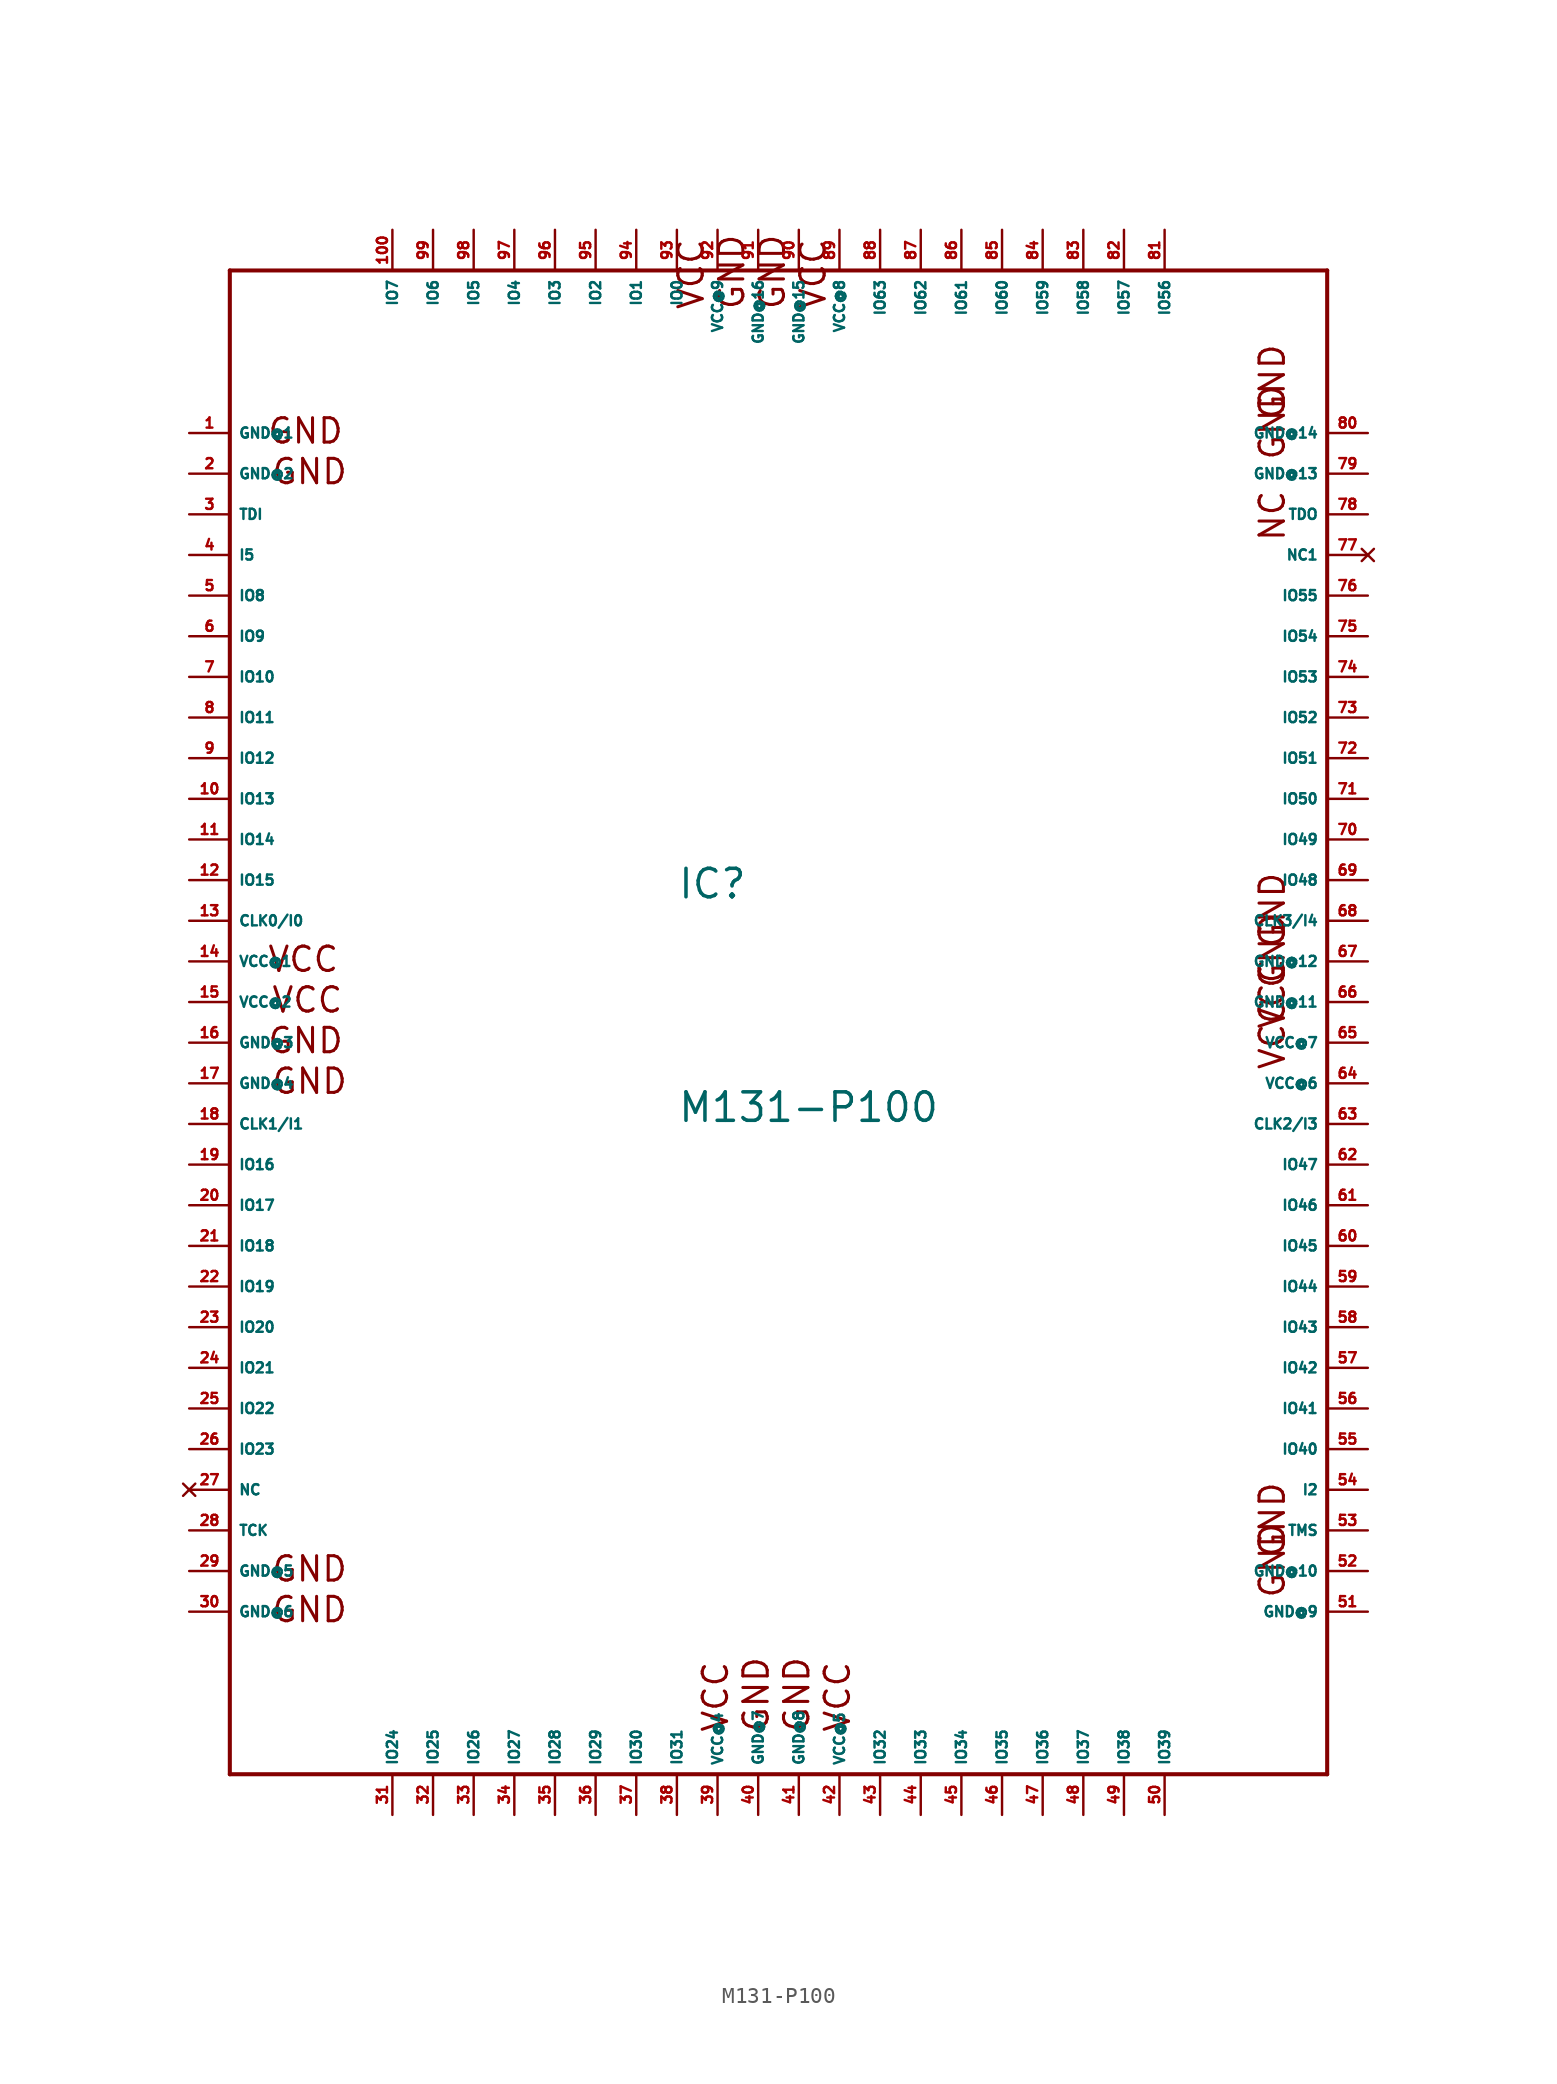
<source format=kicad_sym>
(kicad_symbol_lib
  (version 20220914)
  (generator Eagle2Kicad)
  (symbol "M131-P100"
    (property "Reference" "IC"
      (at -5.08 6.35 0)
      (effects (font (size 1.778 1.778) (thickness 0.22)) (justify left bottom)))
    (property "Value" "M131-P100"
      (at -5.08 -7.62 0)
      (effects (font (size 1.778 1.778) (thickness 0.22)) (justify left bottom)))
    (polyline
      (pts (xy -33.02 45.72) (xy -33.02 -48.26))
      (stroke (width 0.254) (type default))
      (fill (type none)))
    (polyline
      (pts (xy -33.02 -48.26) (xy 35.56 -48.26))
      (stroke (width 0.254) (type default))
      (fill (type none)))
    (polyline
      (pts (xy 35.56 -48.26) (xy 35.56 45.72))
      (stroke (width 0.254) (type default))
      (fill (type none)))
    (polyline
      (pts (xy 35.56 45.72) (xy -33.02 45.72))
      (stroke (width 0.254) (type default))
      (fill (type none)))
    (text "GND"
      (at -30.734 34.798 0)
      (effects (font (size 1.524 1.524) (thickness 0.19)) (justify left bottom)))
    (text "GND"
      (at -30.734 -3.302 0)
      (effects (font (size 1.524 1.524) (thickness 0.19)) (justify left bottom)))
    (text "GND"
      (at -30.48 32.258 0)
      (effects (font (size 1.524 1.524) (thickness 0.19)) (justify left bottom)))
    (text "GND"
      (at -30.48 -5.842 0)
      (effects (font (size 1.524 1.524) (thickness 0.19)) (justify left bottom)))
    (text "VCC"
      (at -30.48 -0.762 0)
      (effects (font (size 1.524 1.524) (thickness 0.19)) (justify left bottom)))
    (text "VCC"
      (at -30.734 1.778 0)
      (effects (font (size 1.524 1.524) (thickness 0.19)) (justify left bottom)))
    (text "GND"
      (at -30.48 -36.322 0)
      (effects (font (size 1.524 1.524) (thickness 0.19)) (justify left bottom)))
    (text "GND"
      (at -30.48 -38.862 0)
      (effects (font (size 1.524 1.524) (thickness 0.19)) (justify left bottom)))
    (text "GND"
      (at 0.762 -45.72 900)
      (effects (font (size 1.524 1.524) (thickness 0.19)) (justify left bottom)))
    (text "VCC"
      (at -1.778 -45.72 900)
      (effects (font (size 1.524 1.524) (thickness 0.19)) (justify left bottom)))
    (text "GND"
      (at 33.02 -37.338 1800)
      (effects (font (size 1.524 1.524) (thickness 0.19)) (justify left bottom)))
    (text "GND"
      (at 3.302 -45.72 900)
      (effects (font (size 1.524 1.524) (thickness 0.19)) (justify left bottom)))
    (text "VCC"
      (at 5.842 -45.72 900)
      (effects (font (size 1.524 1.524) (thickness 0.19)) (justify left bottom)))
    (text "GND"
      (at 33.02 -34.798 1800)
      (effects (font (size 1.524 1.524) (thickness 0.19)) (justify left bottom)))
    (text "VCC"
      (at 33.02 -4.318 1800)
      (effects (font (size 1.524 1.524) (thickness 0.19)) (justify left bottom)))
    (text "VCC"
      (at 33.02 -1.778 1800)
      (effects (font (size 1.524 1.524) (thickness 0.19)) (justify left bottom)))
    (text "GND"
      (at 33.02 0.762 1800)
      (effects (font (size 1.524 1.524) (thickness 0.19)) (justify left bottom)))
    (text "GND"
      (at 33.02 3.302 1800)
      (effects (font (size 1.524 1.524) (thickness 0.19)) (justify left bottom)))
    (text "GND"
      (at 33.02 33.782 1800)
      (effects (font (size 1.524 1.524) (thickness 0.19)) (justify left bottom)))
    (text "GND"
      (at 33.02 36.322 1800)
      (effects (font (size 1.524 1.524) (thickness 0.19)) (justify left bottom)))
    (text "GND"
      (at 1.778 43.18 2700)
      (effects (font (size 1.524 1.524) (thickness 0.19)) (justify left bottom)))
    (text "VCC"
      (at 4.318 43.18 2700)
      (effects (font (size 1.524 1.524) (thickness 0.19)) (justify left bottom)))
    (text "GND"
      (at -0.762 43.18 2700)
      (effects (font (size 1.524 1.524) (thickness 0.19)) (justify left bottom)))
    (text "VCC"
      (at -3.302 43.18 2700)
      (effects (font (size 1.524 1.524) (thickness 0.19)) (justify left bottom)))
    (text "NC"
      (at 33.02 28.702 1800)
      (effects (font (size 1.524 1.524) (thickness 0.19)) (justify left bottom)))
    (pin input line
      (at -35.56 5.08 0)
      (length 2.54)
      (name "CLK0/I0" (effects (font (size 0.635 0.635) (thickness 0.08)) (justify left bottom)))
      (number "13" (effects (font (size 0.635 0.635) (thickness 0.08)) (justify left bottom))))
    (pin input line
      (at -35.56 -7.62 0)
      (length 2.54)
      (name "CLK1/I1" (effects (font (size 0.635 0.635) (thickness 0.08)) (justify left bottom)))
      (number "18" (effects (font (size 0.635 0.635) (thickness 0.08)) (justify left bottom))))
    (pin input line
      (at -35.56 30.48 0)
      (length 2.54)
      (name "TDI" (effects (font (size 0.635 0.635) (thickness 0.08)) (justify left bottom)))
      (number "3" (effects (font (size 0.635 0.635) (thickness 0.08)) (justify left bottom))))
    (pin input line
      (at -35.56 -33.02 0)
      (length 2.54)
      (name "TCK" (effects (font (size 0.635 0.635) (thickness 0.08)) (justify left bottom)))
      (number "28" (effects (font (size 0.635 0.635) (thickness 0.08)) (justify left bottom))))
    (pin no_connect line
      (at -35.56 -30.48 0)
      (length 2.54)
      (name "NC" (effects (font (size 0.635 0.635) (thickness 0.08)) (justify left bottom) hide))
      (number "27" (effects (font (size 0.635 0.635) (thickness 0.08)) (justify left bottom) hide)))
    (pin output line
      (at 38.1 30.48 180)
      (length 2.54)
      (name "TDO" (effects (font (size 0.635 0.635) (thickness 0.08)) (justify left bottom)))
      (number "78" (effects (font (size 0.635 0.635) (thickness 0.08)) (justify left bottom))))
    (pin bidirectional line
      (at -5.08 48.26 270)
      (length 2.54)
      (name "IO0" (effects (font (size 0.635 0.635) (thickness 0.08)) (justify left bottom)))
      (number "93" (effects (font (size 0.635 0.635) (thickness 0.08)) (justify left bottom))))
    (pin bidirectional line
      (at -7.62 48.26 270)
      (length 2.54)
      (name "IO1" (effects (font (size 0.635 0.635) (thickness 0.08)) (justify left bottom)))
      (number "94" (effects (font (size 0.635 0.635) (thickness 0.08)) (justify left bottom))))
    (pin bidirectional line
      (at -10.16 48.26 270)
      (length 2.54)
      (name "IO2" (effects (font (size 0.635 0.635) (thickness 0.08)) (justify left bottom)))
      (number "95" (effects (font (size 0.635 0.635) (thickness 0.08)) (justify left bottom))))
    (pin bidirectional line
      (at -12.7 48.26 270)
      (length 2.54)
      (name "IO3" (effects (font (size 0.635 0.635) (thickness 0.08)) (justify left bottom)))
      (number "96" (effects (font (size 0.635 0.635) (thickness 0.08)) (justify left bottom))))
    (pin bidirectional line
      (at -15.24 48.26 270)
      (length 2.54)
      (name "IO4" (effects (font (size 0.635 0.635) (thickness 0.08)) (justify left bottom)))
      (number "97" (effects (font (size 0.635 0.635) (thickness 0.08)) (justify left bottom))))
    (pin bidirectional line
      (at -17.78 48.26 270)
      (length 2.54)
      (name "IO5" (effects (font (size 0.635 0.635) (thickness 0.08)) (justify left bottom)))
      (number "98" (effects (font (size 0.635 0.635) (thickness 0.08)) (justify left bottom))))
    (pin bidirectional line
      (at -20.32 48.26 270)
      (length 2.54)
      (name "IO6" (effects (font (size 0.635 0.635) (thickness 0.08)) (justify left bottom)))
      (number "99" (effects (font (size 0.635 0.635) (thickness 0.08)) (justify left bottom))))
    (pin bidirectional line
      (at -22.86 48.26 270)
      (length 2.54)
      (name "IO7" (effects (font (size 0.635 0.635) (thickness 0.08)) (justify left bottom)))
      (number "100" (effects (font (size 0.635 0.635) (thickness 0.08)) (justify left bottom))))
    (pin bidirectional line
      (at -35.56 25.4 0)
      (length 2.54)
      (name "IO8" (effects (font (size 0.635 0.635) (thickness 0.08)) (justify left bottom)))
      (number "5" (effects (font (size 0.635 0.635) (thickness 0.08)) (justify left bottom))))
    (pin bidirectional line
      (at -35.56 22.86 0)
      (length 2.54)
      (name "IO9" (effects (font (size 0.635 0.635) (thickness 0.08)) (justify left bottom)))
      (number "6" (effects (font (size 0.635 0.635) (thickness 0.08)) (justify left bottom))))
    (pin bidirectional line
      (at -35.56 20.32 0)
      (length 2.54)
      (name "IO10" (effects (font (size 0.635 0.635) (thickness 0.08)) (justify left bottom)))
      (number "7" (effects (font (size 0.635 0.635) (thickness 0.08)) (justify left bottom))))
    (pin bidirectional line
      (at -35.56 17.78 0)
      (length 2.54)
      (name "IO11" (effects (font (size 0.635 0.635) (thickness 0.08)) (justify left bottom)))
      (number "8" (effects (font (size 0.635 0.635) (thickness 0.08)) (justify left bottom))))
    (pin bidirectional line
      (at -35.56 15.24 0)
      (length 2.54)
      (name "IO12" (effects (font (size 0.635 0.635) (thickness 0.08)) (justify left bottom)))
      (number "9" (effects (font (size 0.635 0.635) (thickness 0.08)) (justify left bottom))))
    (pin bidirectional line
      (at -35.56 12.7 0)
      (length 2.54)
      (name "IO13" (effects (font (size 0.635 0.635) (thickness 0.08)) (justify left bottom)))
      (number "10" (effects (font (size 0.635 0.635) (thickness 0.08)) (justify left bottom))))
    (pin bidirectional line
      (at -35.56 10.16 0)
      (length 2.54)
      (name "IO14" (effects (font (size 0.635 0.635) (thickness 0.08)) (justify left bottom)))
      (number "11" (effects (font (size 0.635 0.635) (thickness 0.08)) (justify left bottom))))
    (pin bidirectional line
      (at -35.56 7.62 0)
      (length 2.54)
      (name "IO15" (effects (font (size 0.635 0.635) (thickness 0.08)) (justify left bottom)))
      (number "12" (effects (font (size 0.635 0.635) (thickness 0.08)) (justify left bottom))))
    (pin bidirectional line
      (at -35.56 -10.16 0)
      (length 2.54)
      (name "IO16" (effects (font (size 0.635 0.635) (thickness 0.08)) (justify left bottom)))
      (number "19" (effects (font (size 0.635 0.635) (thickness 0.08)) (justify left bottom))))
    (pin bidirectional line
      (at -35.56 -12.7 0)
      (length 2.54)
      (name "IO17" (effects (font (size 0.635 0.635) (thickness 0.08)) (justify left bottom)))
      (number "20" (effects (font (size 0.635 0.635) (thickness 0.08)) (justify left bottom))))
    (pin bidirectional line
      (at -35.56 -15.24 0)
      (length 2.54)
      (name "IO18" (effects (font (size 0.635 0.635) (thickness 0.08)) (justify left bottom)))
      (number "21" (effects (font (size 0.635 0.635) (thickness 0.08)) (justify left bottom))))
    (pin bidirectional line
      (at -35.56 -17.78 0)
      (length 2.54)
      (name "IO19" (effects (font (size 0.635 0.635) (thickness 0.08)) (justify left bottom)))
      (number "22" (effects (font (size 0.635 0.635) (thickness 0.08)) (justify left bottom))))
    (pin bidirectional line
      (at -35.56 -20.32 0)
      (length 2.54)
      (name "IO20" (effects (font (size 0.635 0.635) (thickness 0.08)) (justify left bottom)))
      (number "23" (effects (font (size 0.635 0.635) (thickness 0.08)) (justify left bottom))))
    (pin bidirectional line
      (at -35.56 -22.86 0)
      (length 2.54)
      (name "IO21" (effects (font (size 0.635 0.635) (thickness 0.08)) (justify left bottom)))
      (number "24" (effects (font (size 0.635 0.635) (thickness 0.08)) (justify left bottom))))
    (pin bidirectional line
      (at -35.56 -25.4 0)
      (length 2.54)
      (name "IO22" (effects (font (size 0.635 0.635) (thickness 0.08)) (justify left bottom)))
      (number "25" (effects (font (size 0.635 0.635) (thickness 0.08)) (justify left bottom))))
    (pin bidirectional line
      (at -35.56 -27.94 0)
      (length 2.54)
      (name "IO23" (effects (font (size 0.635 0.635) (thickness 0.08)) (justify left bottom)))
      (number "26" (effects (font (size 0.635 0.635) (thickness 0.08)) (justify left bottom))))
    (pin bidirectional line
      (at -22.86 -50.8 90)
      (length 2.54)
      (name "IO24" (effects (font (size 0.635 0.635) (thickness 0.08)) (justify left bottom)))
      (number "31" (effects (font (size 0.635 0.635) (thickness 0.08)) (justify left bottom))))
    (pin bidirectional line
      (at -20.32 -50.8 90)
      (length 2.54)
      (name "IO25" (effects (font (size 0.635 0.635) (thickness 0.08)) (justify left bottom)))
      (number "32" (effects (font (size 0.635 0.635) (thickness 0.08)) (justify left bottom))))
    (pin bidirectional line
      (at -17.78 -50.8 90)
      (length 2.54)
      (name "IO26" (effects (font (size 0.635 0.635) (thickness 0.08)) (justify left bottom)))
      (number "33" (effects (font (size 0.635 0.635) (thickness 0.08)) (justify left bottom))))
    (pin bidirectional line
      (at -15.24 -50.8 90)
      (length 2.54)
      (name "IO27" (effects (font (size 0.635 0.635) (thickness 0.08)) (justify left bottom)))
      (number "34" (effects (font (size 0.635 0.635) (thickness 0.08)) (justify left bottom))))
    (pin bidirectional line
      (at -12.7 -50.8 90)
      (length 2.54)
      (name "IO28" (effects (font (size 0.635 0.635) (thickness 0.08)) (justify left bottom)))
      (number "35" (effects (font (size 0.635 0.635) (thickness 0.08)) (justify left bottom))))
    (pin bidirectional line
      (at -10.16 -50.8 90)
      (length 2.54)
      (name "IO29" (effects (font (size 0.635 0.635) (thickness 0.08)) (justify left bottom)))
      (number "36" (effects (font (size 0.635 0.635) (thickness 0.08)) (justify left bottom))))
    (pin bidirectional line
      (at -7.62 -50.8 90)
      (length 2.54)
      (name "IO30" (effects (font (size 0.635 0.635) (thickness 0.08)) (justify left bottom)))
      (number "37" (effects (font (size 0.635 0.635) (thickness 0.08)) (justify left bottom))))
    (pin bidirectional line
      (at -5.08 -50.8 90)
      (length 2.54)
      (name "IO31" (effects (font (size 0.635 0.635) (thickness 0.08)) (justify left bottom)))
      (number "38" (effects (font (size 0.635 0.635) (thickness 0.08)) (justify left bottom))))
    (pin unspecified line
      (at -35.56 35.56 0)
      (length 2.54)
      (name "GND@1" (effects (font (size 0.635 0.635) (thickness 0.08)) (justify left bottom)))
      (number "1" (effects (font (size 0.635 0.635) (thickness 0.08)) (justify left bottom))))
    (pin unspecified line
      (at -35.56 33.02 0)
      (length 2.54)
      (name "GND@2" (effects (font (size 0.635 0.635) (thickness 0.08)) (justify left bottom)))
      (number "2" (effects (font (size 0.635 0.635) (thickness 0.08)) (justify left bottom))))
    (pin unspecified line
      (at -35.56 -2.54 0)
      (length 2.54)
      (name "GND@3" (effects (font (size 0.635 0.635) (thickness 0.08)) (justify left bottom)))
      (number "16" (effects (font (size 0.635 0.635) (thickness 0.08)) (justify left bottom))))
    (pin unspecified line
      (at -35.56 -5.08 0)
      (length 2.54)
      (name "GND@4" (effects (font (size 0.635 0.635) (thickness 0.08)) (justify left bottom)))
      (number "17" (effects (font (size 0.635 0.635) (thickness 0.08)) (justify left bottom))))
    (pin unspecified line
      (at -35.56 2.54 0)
      (length 2.54)
      (name "VCC@1" (effects (font (size 0.635 0.635) (thickness 0.08)) (justify left bottom)))
      (number "14" (effects (font (size 0.635 0.635) (thickness 0.08)) (justify left bottom))))
    (pin unspecified line
      (at -35.56 0 0)
      (length 2.54)
      (name "VCC@2" (effects (font (size 0.635 0.635) (thickness 0.08)) (justify left bottom)))
      (number "15" (effects (font (size 0.635 0.635) (thickness 0.08)) (justify left bottom))))
    (pin input line
      (at -35.56 27.94 0)
      (length 2.54)
      (name "I5" (effects (font (size 0.635 0.635) (thickness 0.08)) (justify left bottom)))
      (number "4" (effects (font (size 0.635 0.635) (thickness 0.08)) (justify left bottom))))
    (pin bidirectional line
      (at 7.62 -50.8 90)
      (length 2.54)
      (name "IO32" (effects (font (size 0.635 0.635) (thickness 0.08)) (justify left bottom)))
      (number "43" (effects (font (size 0.635 0.635) (thickness 0.08)) (justify left bottom))))
    (pin bidirectional line
      (at 10.16 -50.8 90)
      (length 2.54)
      (name "IO33" (effects (font (size 0.635 0.635) (thickness 0.08)) (justify left bottom)))
      (number "44" (effects (font (size 0.635 0.635) (thickness 0.08)) (justify left bottom))))
    (pin bidirectional line
      (at 12.7 -50.8 90)
      (length 2.54)
      (name "IO34" (effects (font (size 0.635 0.635) (thickness 0.08)) (justify left bottom)))
      (number "45" (effects (font (size 0.635 0.635) (thickness 0.08)) (justify left bottom))))
    (pin bidirectional line
      (at 15.24 -50.8 90)
      (length 2.54)
      (name "IO35" (effects (font (size 0.635 0.635) (thickness 0.08)) (justify left bottom)))
      (number "46" (effects (font (size 0.635 0.635) (thickness 0.08)) (justify left bottom))))
    (pin input line
      (at 38.1 5.08 180)
      (length 2.54)
      (name "CLK3/I4" (effects (font (size 0.635 0.635) (thickness 0.08)) (justify left bottom)))
      (number "68" (effects (font (size 0.635 0.635) (thickness 0.08)) (justify left bottom))))
    (pin unspecified line
      (at -35.56 -35.56 0)
      (length 2.54)
      (name "GND@5" (effects (font (size 0.635 0.635) (thickness 0.08)) (justify left bottom)))
      (number "29" (effects (font (size 0.635 0.635) (thickness 0.08)) (justify left bottom))))
    (pin input line
      (at 38.1 -7.62 180)
      (length 2.54)
      (name "CLK2/I3" (effects (font (size 0.635 0.635) (thickness 0.08)) (justify left bottom)))
      (number "63" (effects (font (size 0.635 0.635) (thickness 0.08)) (justify left bottom))))
    (pin bidirectional line
      (at 17.78 -50.8 90)
      (length 2.54)
      (name "IO36" (effects (font (size 0.635 0.635) (thickness 0.08)) (justify left bottom)))
      (number "47" (effects (font (size 0.635 0.635) (thickness 0.08)) (justify left bottom))))
    (pin bidirectional line
      (at 20.32 -50.8 90)
      (length 2.54)
      (name "IO37" (effects (font (size 0.635 0.635) (thickness 0.08)) (justify left bottom)))
      (number "48" (effects (font (size 0.635 0.635) (thickness 0.08)) (justify left bottom))))
    (pin bidirectional line
      (at 22.86 -50.8 90)
      (length 2.54)
      (name "IO38" (effects (font (size 0.635 0.635) (thickness 0.08)) (justify left bottom)))
      (number "49" (effects (font (size 0.635 0.635) (thickness 0.08)) (justify left bottom))))
    (pin bidirectional line
      (at 25.4 -50.8 90)
      (length 2.54)
      (name "IO39" (effects (font (size 0.635 0.635) (thickness 0.08)) (justify left bottom)))
      (number "50" (effects (font (size 0.635 0.635) (thickness 0.08)) (justify left bottom))))
    (pin bidirectional line
      (at 38.1 -27.94 180)
      (length 2.54)
      (name "IO40" (effects (font (size 0.635 0.635) (thickness 0.08)) (justify left bottom)))
      (number "55" (effects (font (size 0.635 0.635) (thickness 0.08)) (justify left bottom))))
    (pin bidirectional line
      (at 38.1 -25.4 180)
      (length 2.54)
      (name "IO41" (effects (font (size 0.635 0.635) (thickness 0.08)) (justify left bottom)))
      (number "56" (effects (font (size 0.635 0.635) (thickness 0.08)) (justify left bottom))))
    (pin unspecified line
      (at -35.56 -38.1 0)
      (length 2.54)
      (name "GND@6" (effects (font (size 0.635 0.635) (thickness 0.08)) (justify left bottom)))
      (number "30" (effects (font (size 0.635 0.635) (thickness 0.08)) (justify left bottom))))
    (pin bidirectional line
      (at 38.1 -22.86 180)
      (length 2.54)
      (name "IO42" (effects (font (size 0.635 0.635) (thickness 0.08)) (justify left bottom)))
      (number "57" (effects (font (size 0.635 0.635) (thickness 0.08)) (justify left bottom))))
    (pin bidirectional line
      (at 38.1 -20.32 180)
      (length 2.54)
      (name "IO43" (effects (font (size 0.635 0.635) (thickness 0.08)) (justify left bottom)))
      (number "58" (effects (font (size 0.635 0.635) (thickness 0.08)) (justify left bottom))))
    (pin bidirectional line
      (at 38.1 -17.78 180)
      (length 2.54)
      (name "IO44" (effects (font (size 0.635 0.635) (thickness 0.08)) (justify left bottom)))
      (number "59" (effects (font (size 0.635 0.635) (thickness 0.08)) (justify left bottom))))
    (pin bidirectional line
      (at 38.1 -15.24 180)
      (length 2.54)
      (name "IO45" (effects (font (size 0.635 0.635) (thickness 0.08)) (justify left bottom)))
      (number "60" (effects (font (size 0.635 0.635) (thickness 0.08)) (justify left bottom))))
    (pin bidirectional line
      (at 38.1 -12.7 180)
      (length 2.54)
      (name "IO46" (effects (font (size 0.635 0.635) (thickness 0.08)) (justify left bottom)))
      (number "61" (effects (font (size 0.635 0.635) (thickness 0.08)) (justify left bottom))))
    (pin bidirectional line
      (at 38.1 -10.16 180)
      (length 2.54)
      (name "IO47" (effects (font (size 0.635 0.635) (thickness 0.08)) (justify left bottom)))
      (number "62" (effects (font (size 0.635 0.635) (thickness 0.08)) (justify left bottom))))
    (pin input line
      (at 38.1 -30.48 180)
      (length 2.54)
      (name "I2" (effects (font (size 0.635 0.635) (thickness 0.08)) (justify left bottom)))
      (number "54" (effects (font (size 0.635 0.635) (thickness 0.08)) (justify left bottom))))
    (pin unspecified line
      (at 0 -50.8 90)
      (length 2.54)
      (name "GND@7" (effects (font (size 0.635 0.635) (thickness 0.08)) (justify left bottom)))
      (number "40" (effects (font (size 0.635 0.635) (thickness 0.08)) (justify left bottom))))
    (pin unspecified line
      (at -2.54 -50.8 90)
      (length 2.54)
      (name "VCC@4" (effects (font (size 0.635 0.635) (thickness 0.08)) (justify left bottom)))
      (number "39" (effects (font (size 0.635 0.635) (thickness 0.08)) (justify left bottom))))
    (pin unspecified line
      (at 2.54 -50.8 90)
      (length 2.54)
      (name "GND@8" (effects (font (size 0.635 0.635) (thickness 0.08)) (justify left bottom)))
      (number "41" (effects (font (size 0.635 0.635) (thickness 0.08)) (justify left bottom))))
    (pin unspecified line
      (at 38.1 -38.1 180)
      (length 2.54)
      (name "GND@9" (effects (font (size 0.635 0.635) (thickness 0.08)) (justify left bottom)))
      (number "51" (effects (font (size 0.635 0.635) (thickness 0.08)) (justify left bottom))))
    (pin unspecified line
      (at 5.08 -50.8 90)
      (length 2.54)
      (name "VCC@5" (effects (font (size 0.635 0.635) (thickness 0.08)) (justify left bottom)))
      (number "42" (effects (font (size 0.635 0.635) (thickness 0.08)) (justify left bottom))))
    (pin unspecified line
      (at 38.1 -35.56 180)
      (length 2.54)
      (name "GND@10" (effects (font (size 0.635 0.635) (thickness 0.08)) (justify left bottom)))
      (number "52" (effects (font (size 0.635 0.635) (thickness 0.08)) (justify left bottom))))
    (pin input line
      (at 38.1 -33.02 180)
      (length 2.54)
      (name "TMS" (effects (font (size 0.635 0.635) (thickness 0.08)) (justify left bottom)))
      (number "53" (effects (font (size 0.635 0.635) (thickness 0.08)) (justify left bottom))))
    (pin unspecified line
      (at 38.1 -5.08 180)
      (length 2.54)
      (name "VCC@6" (effects (font (size 0.635 0.635) (thickness 0.08)) (justify left bottom)))
      (number "64" (effects (font (size 0.635 0.635) (thickness 0.08)) (justify left bottom))))
    (pin unspecified line
      (at 38.1 -2.54 180)
      (length 2.54)
      (name "VCC@7" (effects (font (size 0.635 0.635) (thickness 0.08)) (justify left bottom)))
      (number "65" (effects (font (size 0.635 0.635) (thickness 0.08)) (justify left bottom))))
    (pin unspecified line
      (at 38.1 0 180)
      (length 2.54)
      (name "GND@11" (effects (font (size 0.635 0.635) (thickness 0.08)) (justify left bottom)))
      (number "66" (effects (font (size 0.635 0.635) (thickness 0.08)) (justify left bottom))))
    (pin unspecified line
      (at 38.1 2.54 180)
      (length 2.54)
      (name "GND@12" (effects (font (size 0.635 0.635) (thickness 0.08)) (justify left bottom)))
      (number "67" (effects (font (size 0.635 0.635) (thickness 0.08)) (justify left bottom))))
    (pin bidirectional line
      (at 38.1 7.62 180)
      (length 2.54)
      (name "IO48" (effects (font (size 0.635 0.635) (thickness 0.08)) (justify left bottom)))
      (number "69" (effects (font (size 0.635 0.635) (thickness 0.08)) (justify left bottom))))
    (pin bidirectional line
      (at 38.1 10.16 180)
      (length 2.54)
      (name "IO49" (effects (font (size 0.635 0.635) (thickness 0.08)) (justify left bottom)))
      (number "70" (effects (font (size 0.635 0.635) (thickness 0.08)) (justify left bottom))))
    (pin bidirectional line
      (at 38.1 12.7 180)
      (length 2.54)
      (name "IO50" (effects (font (size 0.635 0.635) (thickness 0.08)) (justify left bottom)))
      (number "71" (effects (font (size 0.635 0.635) (thickness 0.08)) (justify left bottom))))
    (pin bidirectional line
      (at 38.1 15.24 180)
      (length 2.54)
      (name "IO51" (effects (font (size 0.635 0.635) (thickness 0.08)) (justify left bottom)))
      (number "72" (effects (font (size 0.635 0.635) (thickness 0.08)) (justify left bottom))))
    (pin bidirectional line
      (at 38.1 17.78 180)
      (length 2.54)
      (name "IO52" (effects (font (size 0.635 0.635) (thickness 0.08)) (justify left bottom)))
      (number "73" (effects (font (size 0.635 0.635) (thickness 0.08)) (justify left bottom))))
    (pin bidirectional line
      (at 38.1 20.32 180)
      (length 2.54)
      (name "IO53" (effects (font (size 0.635 0.635) (thickness 0.08)) (justify left bottom)))
      (number "74" (effects (font (size 0.635 0.635) (thickness 0.08)) (justify left bottom))))
    (pin bidirectional line
      (at 38.1 22.86 180)
      (length 2.54)
      (name "IO54" (effects (font (size 0.635 0.635) (thickness 0.08)) (justify left bottom)))
      (number "75" (effects (font (size 0.635 0.635) (thickness 0.08)) (justify left bottom))))
    (pin bidirectional line
      (at 38.1 25.4 180)
      (length 2.54)
      (name "IO55" (effects (font (size 0.635 0.635) (thickness 0.08)) (justify left bottom)))
      (number "76" (effects (font (size 0.635 0.635) (thickness 0.08)) (justify left bottom))))
    (pin no_connect line
      (at 38.1 27.94 180)
      (length 2.54)
      (name "NC1" (effects (font (size 0.635 0.635) (thickness 0.08)) (justify left bottom) hide))
      (number "77" (effects (font (size 0.635 0.635) (thickness 0.08)) (justify left bottom) hide)))
    (pin unspecified line
      (at 38.1 33.02 180)
      (length 2.54)
      (name "GND@13" (effects (font (size 0.635 0.635) (thickness 0.08)) (justify left bottom)))
      (number "79" (effects (font (size 0.635 0.635) (thickness 0.08)) (justify left bottom))))
    (pin unspecified line
      (at 38.1 35.56 180)
      (length 2.54)
      (name "GND@14" (effects (font (size 0.635 0.635) (thickness 0.08)) (justify left bottom)))
      (number "80" (effects (font (size 0.635 0.635) (thickness 0.08)) (justify left bottom))))
    (pin bidirectional line
      (at 25.4 48.26 270)
      (length 2.54)
      (name "IO56" (effects (font (size 0.635 0.635) (thickness 0.08)) (justify left bottom)))
      (number "81" (effects (font (size 0.635 0.635) (thickness 0.08)) (justify left bottom))))
    (pin bidirectional line
      (at 22.86 48.26 270)
      (length 2.54)
      (name "IO57" (effects (font (size 0.635 0.635) (thickness 0.08)) (justify left bottom)))
      (number "82" (effects (font (size 0.635 0.635) (thickness 0.08)) (justify left bottom))))
    (pin bidirectional line
      (at 20.32 48.26 270)
      (length 2.54)
      (name "IO58" (effects (font (size 0.635 0.635) (thickness 0.08)) (justify left bottom)))
      (number "83" (effects (font (size 0.635 0.635) (thickness 0.08)) (justify left bottom))))
    (pin bidirectional line
      (at 17.78 48.26 270)
      (length 2.54)
      (name "IO59" (effects (font (size 0.635 0.635) (thickness 0.08)) (justify left bottom)))
      (number "84" (effects (font (size 0.635 0.635) (thickness 0.08)) (justify left bottom))))
    (pin bidirectional line
      (at 15.24 48.26 270)
      (length 2.54)
      (name "IO60" (effects (font (size 0.635 0.635) (thickness 0.08)) (justify left bottom)))
      (number "85" (effects (font (size 0.635 0.635) (thickness 0.08)) (justify left bottom))))
    (pin bidirectional line
      (at 12.7 48.26 270)
      (length 2.54)
      (name "IO61" (effects (font (size 0.635 0.635) (thickness 0.08)) (justify left bottom)))
      (number "86" (effects (font (size 0.635 0.635) (thickness 0.08)) (justify left bottom))))
    (pin bidirectional line
      (at 10.16 48.26 270)
      (length 2.54)
      (name "IO62" (effects (font (size 0.635 0.635) (thickness 0.08)) (justify left bottom)))
      (number "87" (effects (font (size 0.635 0.635) (thickness 0.08)) (justify left bottom))))
    (pin bidirectional line
      (at 7.62 48.26 270)
      (length 2.54)
      (name "IO63" (effects (font (size 0.635 0.635) (thickness 0.08)) (justify left bottom)))
      (number "88" (effects (font (size 0.635 0.635) (thickness 0.08)) (justify left bottom))))
    (pin unspecified line
      (at 2.54 48.26 270)
      (length 2.54)
      (name "GND@15" (effects (font (size 0.635 0.635) (thickness 0.08)) (justify left bottom)))
      (number "90" (effects (font (size 0.635 0.635) (thickness 0.08)) (justify left bottom))))
    (pin unspecified line
      (at 5.08 48.26 270)
      (length 2.54)
      (name "VCC@8" (effects (font (size 0.635 0.635) (thickness 0.08)) (justify left bottom)))
      (number "89" (effects (font (size 0.635 0.635) (thickness 0.08)) (justify left bottom))))
    (pin unspecified line
      (at 0 48.26 270)
      (length 2.54)
      (name "GND@16" (effects (font (size 0.635 0.635) (thickness 0.08)) (justify left bottom)))
      (number "91" (effects (font (size 0.635 0.635) (thickness 0.08)) (justify left bottom))))
    (pin unspecified line
      (at -2.54 48.26 270)
      (length 2.54)
      (name "VCC@9" (effects (font (size 0.635 0.635) (thickness 0.08)) (justify left bottom)))
      (number "92" (effects (font (size 0.635 0.635) (thickness 0.08)) (justify left bottom))))))
</source>
